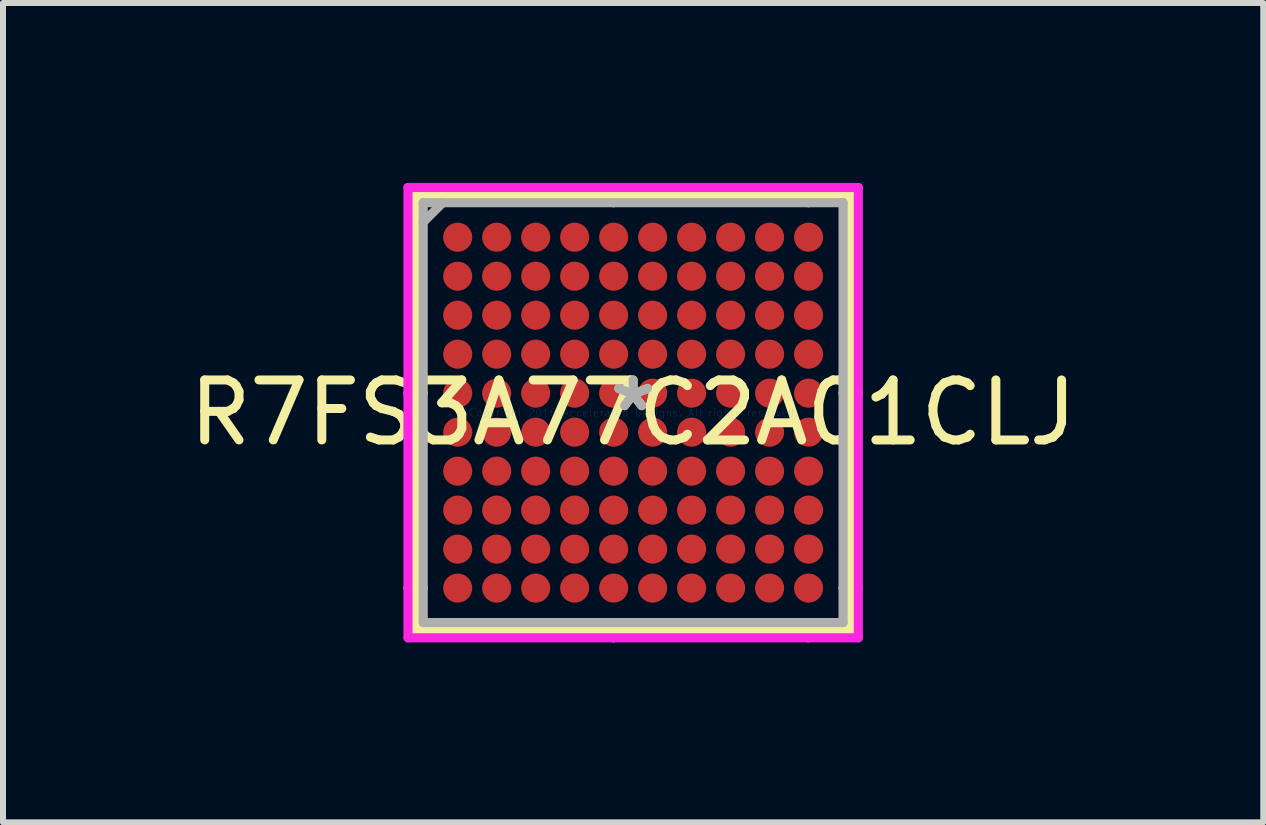
<source format=kicad_pcb>
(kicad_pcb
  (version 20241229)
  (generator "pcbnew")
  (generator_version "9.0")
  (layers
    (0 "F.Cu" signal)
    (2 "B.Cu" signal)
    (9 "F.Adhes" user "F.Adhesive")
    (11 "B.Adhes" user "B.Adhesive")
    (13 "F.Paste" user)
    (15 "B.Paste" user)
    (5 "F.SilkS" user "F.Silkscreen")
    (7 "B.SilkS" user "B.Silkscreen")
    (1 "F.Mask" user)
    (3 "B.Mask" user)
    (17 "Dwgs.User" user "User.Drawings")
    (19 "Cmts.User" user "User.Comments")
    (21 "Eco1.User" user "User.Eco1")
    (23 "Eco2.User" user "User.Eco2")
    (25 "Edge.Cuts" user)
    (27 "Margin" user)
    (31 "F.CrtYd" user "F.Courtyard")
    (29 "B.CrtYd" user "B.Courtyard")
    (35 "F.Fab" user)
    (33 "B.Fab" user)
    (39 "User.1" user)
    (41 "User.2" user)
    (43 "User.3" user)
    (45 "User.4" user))
  (footprint "R7FS3A77C2A01CLJ"
    (layer "F.Cu")
    (at 7.506 3.83)
    (property "Reference" "R7FS3A77C2A01CLJ" (at 0 0 0) (layer "F.SilkS") (effects (font (size 1 1) (thickness 0.15))))
    (attr through_hole)
    (fp_line (start -3.627 -3.627) (end -3.627 3.627) (stroke (width 0.152) (type solid)) (layer "F.SilkS"))
    (fp_line (start -3.627 3.627) (end 3.627 3.627) (stroke (width 0.152) (type solid)) (layer "F.SilkS"))
    (fp_line (start -3.5 -0.325) (end -3.754 -0.325) (stroke (width 0.152) (type solid)) (layer "F.SilkS"))
    (fp_line (start -3.5 2.925) (end -3.754 2.925) (stroke (width 0.152) (type solid)) (layer "F.SilkS"))
    (fp_line (start -0.325 -3.5) (end -0.325 -3.754) (stroke (width 0.152) (type solid)) (layer "F.SilkS"))
    (fp_line (start -0.325 3.5) (end -0.325 3.754) (stroke (width 0.152) (type solid)) (layer "F.SilkS"))
    (fp_line (start 2.925 -3.5) (end 2.925 -3.754) (stroke (width 0.152) (type solid)) (layer "F.SilkS"))
    (fp_line (start 2.925 3.5) (end 2.925 3.754) (stroke (width 0.152) (type solid)) (layer "F.SilkS"))
    (fp_line (start 3.5 -0.325) (end 3.754 -0.325) (stroke (width 0.152) (type solid)) (layer "F.SilkS"))
    (fp_line (start 3.5 2.925) (end 3.754 2.925) (stroke (width 0.152) (type solid)) (layer "F.SilkS"))
    (fp_line (start 3.627 -3.627) (end -3.627 -3.627) (stroke (width 0.152) (type solid)) (layer "F.SilkS"))
    (fp_line (start 3.627 3.627) (end 3.627 -3.627) (stroke (width 0.152) (type solid)) (layer "F.SilkS"))
    (fp_line (start -3.754 -3.754) (end 3.754 -3.754) (stroke (width 0.152) (type solid)) (layer "F.CrtYd"))
    (fp_line (start -3.754 3.754) (end -3.754 -3.754) (stroke (width 0.152) (type solid)) (layer "F.CrtYd"))
    (fp_line (start 3.754 -3.754) (end 3.754 3.754) (stroke (width 0.152) (type solid)) (layer "F.CrtYd"))
    (fp_line (start 3.754 3.754) (end -3.754 3.754) (stroke (width 0.152) (type solid)) (layer "F.CrtYd"))
    (fp_line (start -3.5 -3.5) (end -3.5 3.5) (stroke (width 0.152) (type solid)) (layer "F.Fab"))
    (fp_line (start -3.5 3.5) (end 3.5 3.5) (stroke (width 0.152) (type solid)) (layer "F.Fab"))
    (fp_line (start -3.175 -3.5) (end -3.5 -3.175) (stroke (width 0.152) (type solid)) (layer "F.Fab"))
    (fp_line (start 3.5 -3.5) (end -3.5 -3.5) (stroke (width 0.152) (type solid)) (layer "F.Fab"))
    (fp_line (start 3.5 3.5) (end 3.5 -3.5) (stroke (width 0.152) (type solid)) (layer "F.Fab"))
    (fp_text user "*" (at 0 0 0) (layer "F.SilkS") (effects (font (size 1 1) (thickness 0.15))))
    (fp_text user "Copyright 2016 Accelerated Designs. All rights reserved." (at 0 0 0) (layer "Cmts.User") (effects (font (size 0.127 0.127) (thickness 0.002))))
    (fp_text user "*" (at 0 0 0) (layer "F.Fab") (effects (font (size 1 1) (thickness 0.15))))
    (pad "A1" smd circle (at -2.925 -2.925) (size 0.485 0.485) (layers "F.Cu" "F.Mask" "F.Paste"))
    (pad "A2" smd circle (at -2.275 -2.925) (size 0.485 0.485) (layers "F.Cu" "F.Mask" "F.Paste"))
    (pad "A3" smd circle (at -1.625 -2.925) (size 0.485 0.485) (layers "F.Cu" "F.Mask" "F.Paste"))
    (pad "A4" smd circle (at -0.975 -2.925) (size 0.485 0.485) (layers "F.Cu" "F.Mask" "F.Paste"))
    (pad "A5" smd circle (at -0.325 -2.925) (size 0.485 0.485) (layers "F.Cu" "F.Mask" "F.Paste"))
    (pad "A6" smd circle (at 0.325 -2.925) (size 0.485 0.485) (layers "F.Cu" "F.Mask" "F.Paste"))
    (pad "A7" smd circle (at 0.975 -2.925) (size 0.485 0.485) (layers "F.Cu" "F.Mask" "F.Paste"))
    (pad "A8" smd circle (at 1.625 -2.925) (size 0.485 0.485) (layers "F.Cu" "F.Mask" "F.Paste"))
    (pad "A9" smd circle (at 2.275 -2.925) (size 0.485 0.485) (layers "F.Cu" "F.Mask" "F.Paste"))
    (pad "A10" smd circle (at 2.925 -2.925) (size 0.485 0.485) (layers "F.Cu" "F.Mask" "F.Paste"))
    (pad "B1" smd circle (at -2.925 -2.275) (size 0.485 0.485) (layers "F.Cu" "F.Mask" "F.Paste"))
    (pad "B2" smd circle (at -2.275 -2.275) (size 0.485 0.485) (layers "F.Cu" "F.Mask" "F.Paste"))
    (pad "B3" smd circle (at -1.625 -2.275) (size 0.485 0.485) (layers "F.Cu" "F.Mask" "F.Paste"))
    (pad "B4" smd circle (at -0.975 -2.275) (size 0.485 0.485) (layers "F.Cu" "F.Mask" "F.Paste"))
    (pad "B5" smd circle (at -0.325 -2.275) (size 0.485 0.485) (layers "F.Cu" "F.Mask" "F.Paste"))
    (pad "B6" smd circle (at 0.325 -2.275) (size 0.485 0.485) (layers "F.Cu" "F.Mask" "F.Paste"))
    (pad "B7" smd circle (at 0.975 -2.275) (size 0.485 0.485) (layers "F.Cu" "F.Mask" "F.Paste"))
    (pad "B8" smd circle (at 1.625 -2.275) (size 0.485 0.485) (layers "F.Cu" "F.Mask" "F.Paste"))
    (pad "B9" smd circle (at 2.275 -2.275) (size 0.485 0.485) (layers "F.Cu" "F.Mask" "F.Paste"))
    (pad "B10" smd circle (at 2.925 -2.275) (size 0.485 0.485) (layers "F.Cu" "F.Mask" "F.Paste"))
    (pad "C1" smd circle (at -2.925 -1.625) (size 0.485 0.485) (layers "F.Cu" "F.Mask" "F.Paste"))
    (pad "C2" smd circle (at -2.275 -1.625) (size 0.485 0.485) (layers "F.Cu" "F.Mask" "F.Paste"))
    (pad "C3" smd circle (at -1.625 -1.625) (size 0.485 0.485) (layers "F.Cu" "F.Mask" "F.Paste"))
    (pad "C4" smd circle (at -0.975 -1.625) (size 0.485 0.485) (layers "F.Cu" "F.Mask" "F.Paste"))
    (pad "C5" smd circle (at -0.325 -1.625) (size 0.485 0.485) (layers "F.Cu" "F.Mask" "F.Paste"))
    (pad "C6" smd circle (at 0.325 -1.625) (size 0.485 0.485) (layers "F.Cu" "F.Mask" "F.Paste"))
    (pad "C7" smd circle (at 0.975 -1.625) (size 0.485 0.485) (layers "F.Cu" "F.Mask" "F.Paste"))
    (pad "C8" smd circle (at 1.625 -1.625) (size 0.485 0.485) (layers "F.Cu" "F.Mask" "F.Paste"))
    (pad "C9" smd circle (at 2.275 -1.625) (size 0.485 0.485) (layers "F.Cu" "F.Mask" "F.Paste"))
    (pad "C10" smd circle (at 2.925 -1.625) (size 0.485 0.485) (layers "F.Cu" "F.Mask" "F.Paste"))
    (pad "D1" smd circle (at -2.925 -0.975) (size 0.485 0.485) (layers "F.Cu" "F.Mask" "F.Paste"))
    (pad "D2" smd circle (at -2.275 -0.975) (size 0.485 0.485) (layers "F.Cu" "F.Mask" "F.Paste"))
    (pad "D3" smd circle (at -1.625 -0.975) (size 0.485 0.485) (layers "F.Cu" "F.Mask" "F.Paste"))
    (pad "D4" smd circle (at -0.975 -0.975) (size 0.485 0.485) (layers "F.Cu" "F.Mask" "F.Paste"))
    (pad "D5" smd circle (at -0.325 -0.975) (size 0.485 0.485) (layers "F.Cu" "F.Mask" "F.Paste"))
    (pad "D6" smd circle (at 0.325 -0.975) (size 0.485 0.485) (layers "F.Cu" "F.Mask" "F.Paste"))
    (pad "D7" smd circle (at 0.975 -0.975) (size 0.485 0.485) (layers "F.Cu" "F.Mask" "F.Paste"))
    (pad "D8" smd circle (at 1.625 -0.975) (size 0.485 0.485) (layers "F.Cu" "F.Mask" "F.Paste"))
    (pad "D9" smd circle (at 2.275 -0.975) (size 0.485 0.485) (layers "F.Cu" "F.Mask" "F.Paste"))
    (pad "D10" smd circle (at 2.925 -0.975) (size 0.485 0.485) (layers "F.Cu" "F.Mask" "F.Paste"))
    (pad "E1" smd circle (at -2.925 -0.325) (size 0.485 0.485) (layers "F.Cu" "F.Mask" "F.Paste"))
    (pad "E2" smd circle (at -2.275 -0.325) (size 0.485 0.485) (layers "F.Cu" "F.Mask" "F.Paste"))
    (pad "E3" smd circle (at -1.625 -0.325) (size 0.485 0.485) (layers "F.Cu" "F.Mask" "F.Paste"))
    (pad "E4" smd circle (at -0.975 -0.325) (size 0.485 0.485) (layers "F.Cu" "F.Mask" "F.Paste"))
    (pad "E5" smd circle (at -0.325 -0.325) (size 0.485 0.485) (layers "F.Cu" "F.Mask" "F.Paste"))
    (pad "E6" smd circle (at 0.325 -0.325) (size 0.485 0.485) (layers "F.Cu" "F.Mask" "F.Paste"))
    (pad "E7" smd circle (at 0.975 -0.325) (size 0.485 0.485) (layers "F.Cu" "F.Mask" "F.Paste"))
    (pad "E8" smd circle (at 1.625 -0.325) (size 0.485 0.485) (layers "F.Cu" "F.Mask" "F.Paste"))
    (pad "E9" smd circle (at 2.275 -0.325) (size 0.485 0.485) (layers "F.Cu" "F.Mask" "F.Paste"))
    (pad "E10" smd circle (at 2.925 -0.325) (size 0.485 0.485) (layers "F.Cu" "F.Mask" "F.Paste"))
    (pad "F1" smd circle (at -2.925 0.325) (size 0.485 0.485) (layers "F.Cu" "F.Mask" "F.Paste"))
    (pad "F2" smd circle (at -2.275 0.325) (size 0.485 0.485) (layers "F.Cu" "F.Mask" "F.Paste"))
    (pad "F3" smd circle (at -1.625 0.325) (size 0.485 0.485) (layers "F.Cu" "F.Mask" "F.Paste"))
    (pad "F4" smd circle (at -0.975 0.325) (size 0.485 0.485) (layers "F.Cu" "F.Mask" "F.Paste"))
    (pad "F5" smd circle (at -0.325 0.325) (size 0.485 0.485) (layers "F.Cu" "F.Mask" "F.Paste"))
    (pad "F6" smd circle (at 0.325 0.325) (size 0.485 0.485) (layers "F.Cu" "F.Mask" "F.Paste"))
    (pad "F7" smd circle (at 0.975 0.325) (size 0.485 0.485) (layers "F.Cu" "F.Mask" "F.Paste"))
    (pad "F8" smd circle (at 1.625 0.325) (size 0.485 0.485) (layers "F.Cu" "F.Mask" "F.Paste"))
    (pad "F9" smd circle (at 2.275 0.325) (size 0.485 0.485) (layers "F.Cu" "F.Mask" "F.Paste"))
    (pad "F10" smd circle (at 2.925 0.325) (size 0.485 0.485) (layers "F.Cu" "F.Mask" "F.Paste"))
    (pad "G1" smd circle (at -2.925 0.975) (size 0.485 0.485) (layers "F.Cu" "F.Mask" "F.Paste"))
    (pad "G2" smd circle (at -2.275 0.975) (size 0.485 0.485) (layers "F.Cu" "F.Mask" "F.Paste"))
    (pad "G3" smd circle (at -1.625 0.975) (size 0.485 0.485) (layers "F.Cu" "F.Mask" "F.Paste"))
    (pad "G4" smd circle (at -0.975 0.975) (size 0.485 0.485) (layers "F.Cu" "F.Mask" "F.Paste"))
    (pad "G5" smd circle (at -0.325 0.975) (size 0.485 0.485) (layers "F.Cu" "F.Mask" "F.Paste"))
    (pad "G6" smd circle (at 0.325 0.975) (size 0.485 0.485) (layers "F.Cu" "F.Mask" "F.Paste"))
    (pad "G7" smd circle (at 0.975 0.975) (size 0.485 0.485) (layers "F.Cu" "F.Mask" "F.Paste"))
    (pad "G8" smd circle (at 1.625 0.975) (size 0.485 0.485) (layers "F.Cu" "F.Mask" "F.Paste"))
    (pad "G9" smd circle (at 2.275 0.975) (size 0.485 0.485) (layers "F.Cu" "F.Mask" "F.Paste"))
    (pad "G10" smd circle (at 2.925 0.975) (size 0.485 0.485) (layers "F.Cu" "F.Mask" "F.Paste"))
    (pad "H1" smd circle (at -2.925 1.625) (size 0.485 0.485) (layers "F.Cu" "F.Mask" "F.Paste"))
    (pad "H2" smd circle (at -2.275 1.625) (size 0.485 0.485) (layers "F.Cu" "F.Mask" "F.Paste"))
    (pad "H3" smd circle (at -1.625 1.625) (size 0.485 0.485) (layers "F.Cu" "F.Mask" "F.Paste"))
    (pad "H4" smd circle (at -0.975 1.625) (size 0.485 0.485) (layers "F.Cu" "F.Mask" "F.Paste"))
    (pad "H5" smd circle (at -0.325 1.625) (size 0.485 0.485) (layers "F.Cu" "F.Mask" "F.Paste"))
    (pad "H6" smd circle (at 0.325 1.625) (size 0.485 0.485) (layers "F.Cu" "F.Mask" "F.Paste"))
    (pad "H7" smd circle (at 0.975 1.625) (size 0.485 0.485) (layers "F.Cu" "F.Mask" "F.Paste"))
    (pad "H8" smd circle (at 1.625 1.625) (size 0.485 0.485) (layers "F.Cu" "F.Mask" "F.Paste"))
    (pad "H9" smd circle (at 2.275 1.625) (size 0.485 0.485) (layers "F.Cu" "F.Mask" "F.Paste"))
    (pad "H10" smd circle (at 2.925 1.625) (size 0.485 0.485) (layers "F.Cu" "F.Mask" "F.Paste"))
    (pad "J1" smd circle (at -2.925 2.275) (size 0.485 0.485) (layers "F.Cu" "F.Mask" "F.Paste"))
    (pad "J2" smd circle (at -2.275 2.275) (size 0.485 0.485) (layers "F.Cu" "F.Mask" "F.Paste"))
    (pad "J3" smd circle (at -1.625 2.275) (size 0.485 0.485) (layers "F.Cu" "F.Mask" "F.Paste"))
    (pad "J4" smd circle (at -0.975 2.275) (size 0.485 0.485) (layers "F.Cu" "F.Mask" "F.Paste"))
    (pad "J5" smd circle (at -0.325 2.275) (size 0.485 0.485) (layers "F.Cu" "F.Mask" "F.Paste"))
    (pad "J6" smd circle (at 0.325 2.275) (size 0.485 0.485) (layers "F.Cu" "F.Mask" "F.Paste"))
    (pad "J7" smd circle (at 0.975 2.275) (size 0.485 0.485) (layers "F.Cu" "F.Mask" "F.Paste"))
    (pad "J8" smd circle (at 1.625 2.275) (size 0.485 0.485) (layers "F.Cu" "F.Mask" "F.Paste"))
    (pad "J9" smd circle (at 2.275 2.275) (size 0.485 0.485) (layers "F.Cu" "F.Mask" "F.Paste"))
    (pad "J10" smd circle (at 2.925 2.275) (size 0.485 0.485) (layers "F.Cu" "F.Mask" "F.Paste"))
    (pad "K1" smd circle (at -2.925 2.925) (size 0.485 0.485) (layers "F.Cu" "F.Mask" "F.Paste"))
    (pad "K2" smd circle (at -2.275 2.925) (size 0.485 0.485) (layers "F.Cu" "F.Mask" "F.Paste"))
    (pad "K3" smd circle (at -1.625 2.925) (size 0.485 0.485) (layers "F.Cu" "F.Mask" "F.Paste"))
    (pad "K4" smd circle (at -0.975 2.925) (size 0.485 0.485) (layers "F.Cu" "F.Mask" "F.Paste"))
    (pad "K5" smd circle (at -0.325 2.925) (size 0.485 0.485) (layers "F.Cu" "F.Mask" "F.Paste"))
    (pad "K6" smd circle (at 0.325 2.925) (size 0.485 0.485) (layers "F.Cu" "F.Mask" "F.Paste"))
    (pad "K7" smd circle (at 0.975 2.925) (size 0.485 0.485) (layers "F.Cu" "F.Mask" "F.Paste"))
    (pad "K8" smd circle (at 1.625 2.925) (size 0.485 0.485) (layers "F.Cu" "F.Mask" "F.Paste"))
    (pad "K9" smd circle (at 2.275 2.925) (size 0.485 0.485) (layers "F.Cu" "F.Mask" "F.Paste"))
    (pad "K10" smd circle (at 2.925 2.925) (size 0.485 0.485) (layers "F.Cu" "F.Mask" "F.Paste")))
  (gr_rect
    (start -3 -3)
    (end 18.012 10.66)
    (stroke (width 0.1) (type default))
    (fill no)
    (layer "Edge.Cuts")))
</source>
